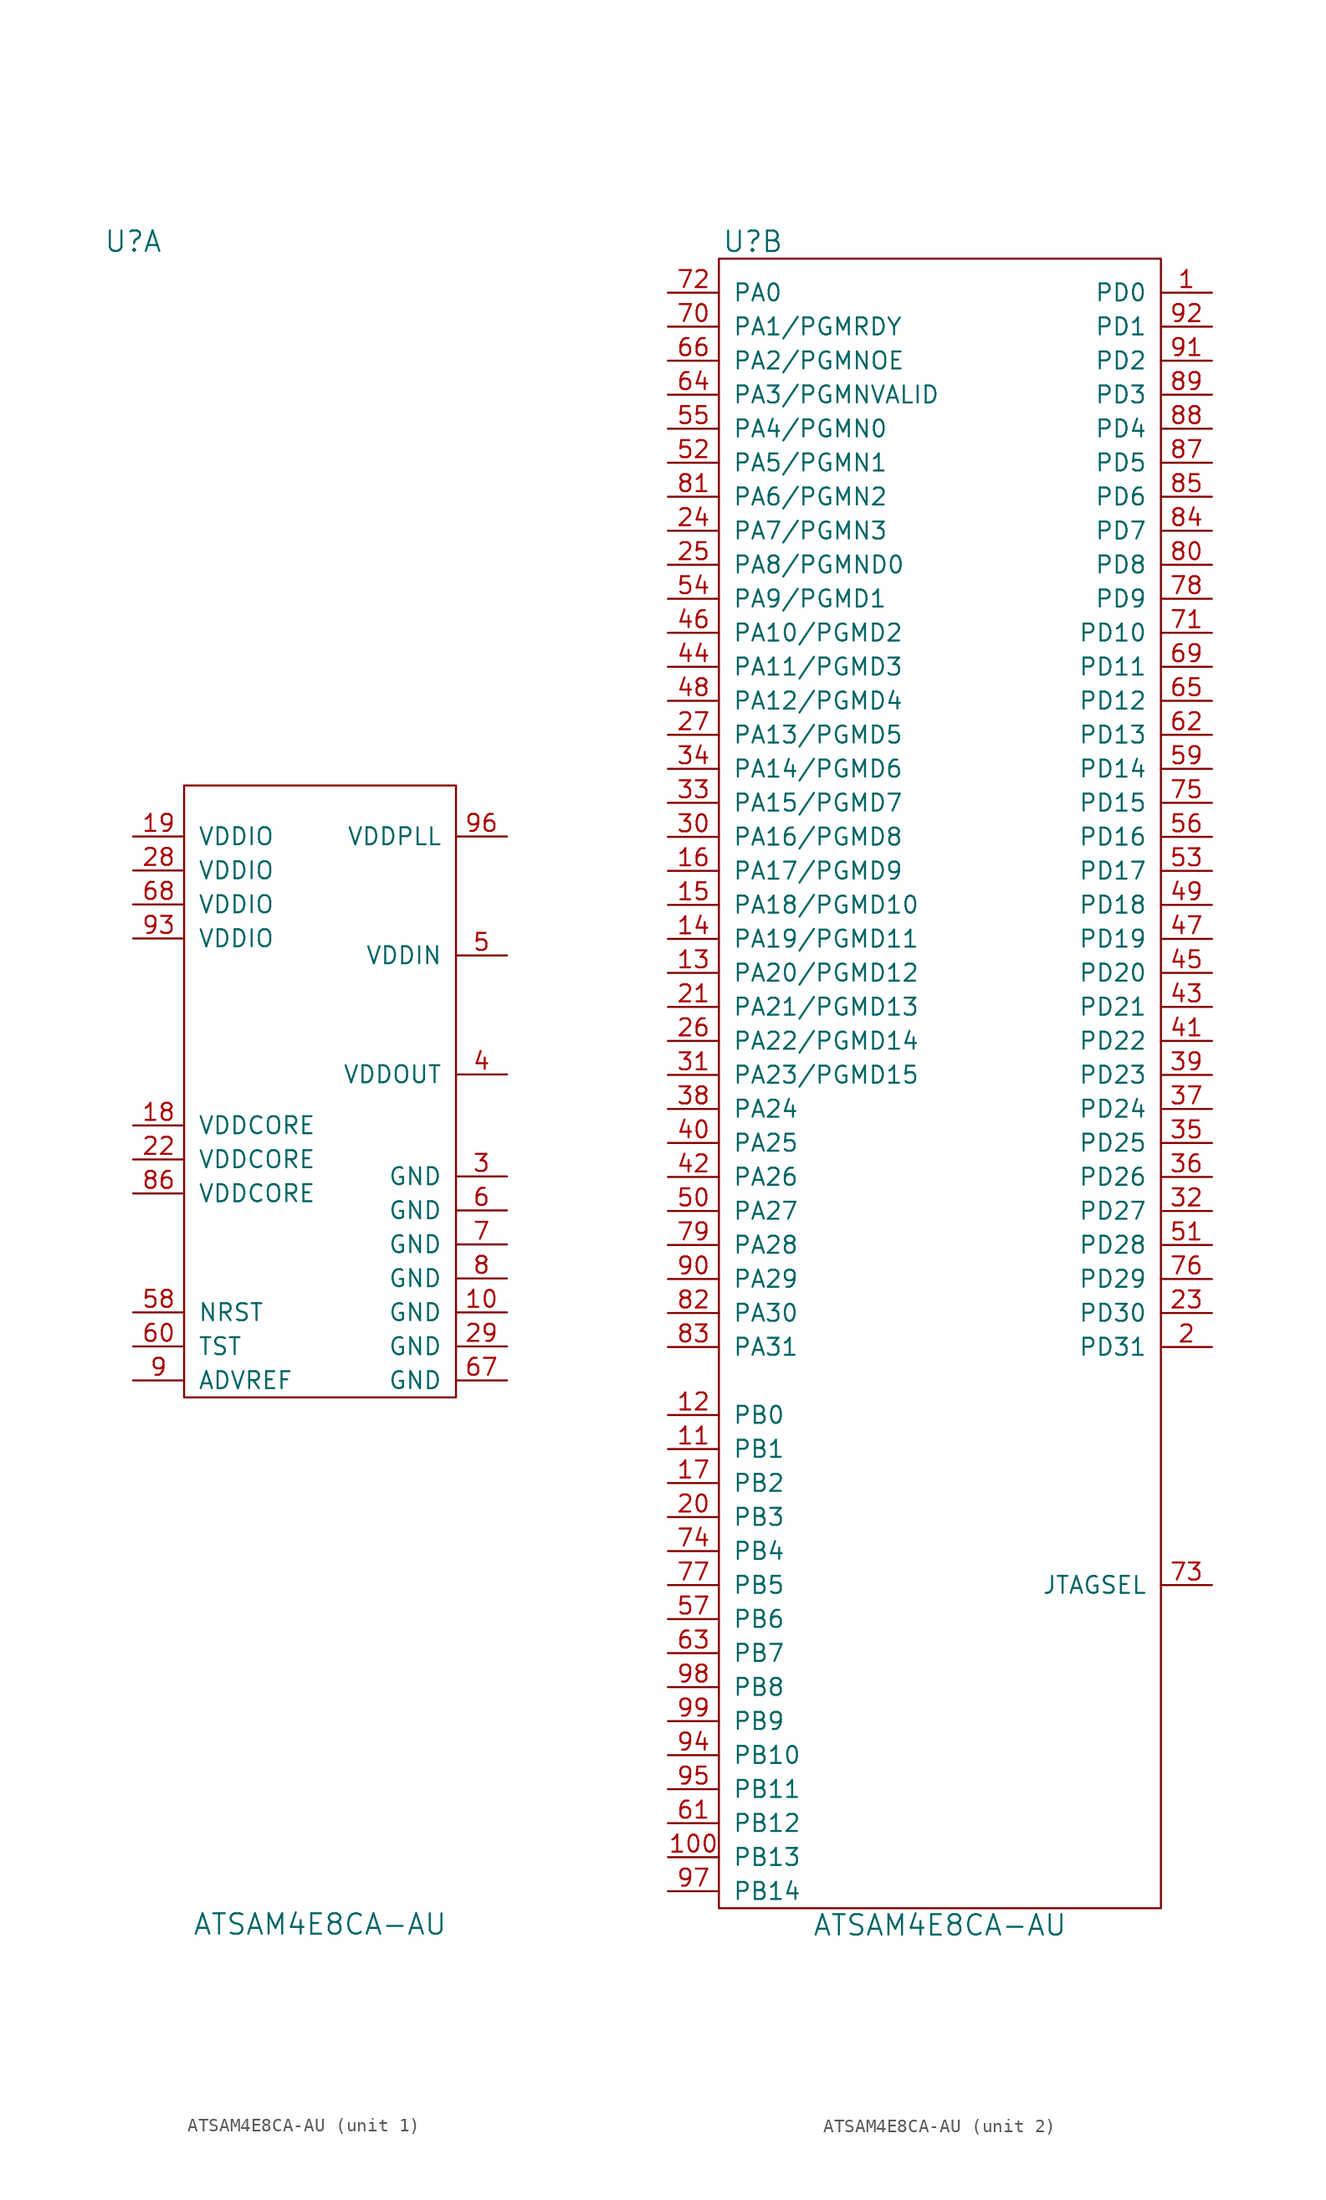
<source format=kicad_sym>
(kicad_symbol_lib
  (version 20211014)
  (generator kicad_symbol_editor)
  (symbol "ATSAM4E8CA-AU"
    (pin_names
      (offset 1.016))
    (property "Reference" "U"
      (at -13.97 63.5 0)
      (effects (font (size 1.524 1.524))))
    (property "Value" "ATSAM4E8CA-AU"
      (at 0 -62.23 0)
      (effects (font (size 1.524 1.524))))
    (property "Footprint" ""
      (at -16.51 17.78 0)
      (effects (font (size 1.524 1.524))))
    (property "Datasheet" ""
      (at -16.51 17.78 0)
      (effects (font (size 1.524 1.524))))
    (symbol "ATSAM4E8CA-AU_1_1"
      (rectangle (start -10.16 22.86) (end 10.16 -22.86) (stroke (width 0) (type default) (color 0 0 0 0)) (fill (type none)))
      (pin passive line (at 13.97 -16.51 180) (length 3.81) (name "GND" (effects (font (size 1.27 1.27)))) (number "10" (effects (font (size 1.27 1.27)))))
      (pin passive line (at -13.97 -2.54 0) (length 3.81) (name "VDDCORE" (effects (font (size 1.27 1.27)))) (number "18" (effects (font (size 1.27 1.27)))))
      (pin passive line (at -13.97 19.05 0) (length 3.81) (name "VDDIO" (effects (font (size 1.27 1.27)))) (number "19" (effects (font (size 1.27 1.27)))))
      (pin passive line (at -13.97 -5.08 0) (length 3.81) (name "VDDCORE" (effects (font (size 1.27 1.27)))) (number "22" (effects (font (size 1.27 1.27)))))
      (pin passive line (at -13.97 16.51 0) (length 3.81) (name "VDDIO" (effects (font (size 1.27 1.27)))) (number "28" (effects (font (size 1.27 1.27)))))
      (pin passive line (at 13.97 -19.05 180) (length 3.81) (name "GND" (effects (font (size 1.27 1.27)))) (number "29" (effects (font (size 1.27 1.27)))))
      (pin passive line (at 13.97 -6.35 180) (length 3.81) (name "GND" (effects (font (size 1.27 1.27)))) (number "3" (effects (font (size 1.27 1.27)))))
      (pin passive line (at 13.97 1.27 180) (length 3.81) (name "VDDOUT" (effects (font (size 1.27 1.27)))) (number "4" (effects (font (size 1.27 1.27)))))
      (pin passive line (at 13.97 10.16 180) (length 3.81) (name "VDDIN" (effects (font (size 1.27 1.27)))) (number "5" (effects (font (size 1.27 1.27)))))
      (pin passive line (at -13.97 -16.51 0) (length 3.81) (name "NRST" (effects (font (size 1.27 1.27)))) (number "58" (effects (font (size 1.27 1.27)))))
      (pin passive line (at 13.97 -8.89 180) (length 3.81) (name "GND" (effects (font (size 1.27 1.27)))) (number "6" (effects (font (size 1.27 1.27)))))
      (pin passive line (at -13.97 -19.05 0) (length 3.81) (name "TST" (effects (font (size 1.27 1.27)))) (number "60" (effects (font (size 1.27 1.27)))))
      (pin passive line (at 13.97 -21.59 180) (length 3.81) (name "GND" (effects (font (size 1.27 1.27)))) (number "67" (effects (font (size 1.27 1.27)))))
      (pin passive line (at -13.97 13.97 0) (length 3.81) (name "VDDIO" (effects (font (size 1.27 1.27)))) (number "68" (effects (font (size 1.27 1.27)))))
      (pin passive line (at 13.97 -11.43 180) (length 3.81) (name "GND" (effects (font (size 1.27 1.27)))) (number "7" (effects (font (size 1.27 1.27)))))
      (pin passive line (at 13.97 -13.97 180) (length 3.81) (name "GND" (effects (font (size 1.27 1.27)))) (number "8" (effects (font (size 1.27 1.27)))))
      (pin passive line (at -13.97 -7.62 0) (length 3.81) (name "VDDCORE" (effects (font (size 1.27 1.27)))) (number "86" (effects (font (size 1.27 1.27)))))
      (pin passive line (at -13.97 -21.59 0) (length 3.81) (name "ADVREF" (effects (font (size 1.27 1.27)))) (number "9" (effects (font (size 1.27 1.27)))))
      (pin passive line (at -13.97 11.43 0) (length 3.81) (name "VDDIO" (effects (font (size 1.27 1.27)))) (number "93" (effects (font (size 1.27 1.27)))))
      (pin passive line (at 13.97 19.05 180) (length 3.81) (name "VDDPLL" (effects (font (size 1.27 1.27)))) (number "96" (effects (font (size 1.27 1.27))))))
    (symbol "ATSAM4E8CA-AU_2_1"
      (rectangle (start -16.51 62.23) (end 16.51 -60.96) (stroke (width 0) (type default) (color 0 0 0 0)) (fill (type none)))
      (pin passive line (at 20.32 59.69 180) (length 3.81) (name "PD0" (effects (font (size 1.27 1.27)))) (number "1" (effects (font (size 1.27 1.27)))))
      (pin passive line (at -20.32 -57.15 0) (length 3.81) (name "PB13" (effects (font (size 1.27 1.27)))) (number "100" (effects (font (size 1.27 1.27)))))
      (pin passive line (at -20.32 -26.67 0) (length 3.81) (name "PB1" (effects (font (size 1.27 1.27)))) (number "11" (effects (font (size 1.27 1.27)))))
      (pin passive line (at -20.32 -24.13 0) (length 3.81) (name "PB0" (effects (font (size 1.27 1.27)))) (number "12" (effects (font (size 1.27 1.27)))))
      (pin passive line (at -20.32 8.89 0) (length 3.81) (name "PA20/PGMD12" (effects (font (size 1.27 1.27)))) (number "13" (effects (font (size 1.27 1.27)))))
      (pin passive line (at -20.32 11.43 0) (length 3.81) (name "PA19/PGMD11" (effects (font (size 1.27 1.27)))) (number "14" (effects (font (size 1.27 1.27)))))
      (pin passive line (at -20.32 13.97 0) (length 3.81) (name "PA18/PGMD10" (effects (font (size 1.27 1.27)))) (number "15" (effects (font (size 1.27 1.27)))))
      (pin passive line (at -20.32 16.51 0) (length 3.81) (name "PA17/PGMD9" (effects (font (size 1.27 1.27)))) (number "16" (effects (font (size 1.27 1.27)))))
      (pin passive line (at -20.32 -29.21 0) (length 3.81) (name "PB2" (effects (font (size 1.27 1.27)))) (number "17" (effects (font (size 1.27 1.27)))))
      (pin passive line (at 20.32 -19.05 180) (length 3.81) (name "PD31" (effects (font (size 1.27 1.27)))) (number "2" (effects (font (size 1.27 1.27)))))
      (pin passive line (at -20.32 -31.75 0) (length 3.81) (name "PB3" (effects (font (size 1.27 1.27)))) (number "20" (effects (font (size 1.27 1.27)))))
      (pin passive line (at -20.32 6.35 0) (length 3.81) (name "PA21/PGMD13" (effects (font (size 1.27 1.27)))) (number "21" (effects (font (size 1.27 1.27)))))
      (pin passive line (at 20.32 -16.51 180) (length 3.81) (name "PD30" (effects (font (size 1.27 1.27)))) (number "23" (effects (font (size 1.27 1.27)))))
      (pin passive line (at -20.32 41.91 0) (length 3.81) (name "PA7/PGMN3" (effects (font (size 1.27 1.27)))) (number "24" (effects (font (size 1.27 1.27)))))
      (pin passive line (at -20.32 39.37 0) (length 3.81) (name "PA8/PGMND0" (effects (font (size 1.27 1.27)))) (number "25" (effects (font (size 1.27 1.27)))))
      (pin passive line (at -20.32 3.81 0) (length 3.81) (name "PA22/PGMD14" (effects (font (size 1.27 1.27)))) (number "26" (effects (font (size 1.27 1.27)))))
      (pin passive line (at -20.32 26.67 0) (length 3.81) (name "PA13/PGMD5" (effects (font (size 1.27 1.27)))) (number "27" (effects (font (size 1.27 1.27)))))
      (pin passive line (at -20.32 19.05 0) (length 3.81) (name "PA16/PGMD8" (effects (font (size 1.27 1.27)))) (number "30" (effects (font (size 1.27 1.27)))))
      (pin passive line (at -20.32 1.27 0) (length 3.81) (name "PA23/PGMD15" (effects (font (size 1.27 1.27)))) (number "31" (effects (font (size 1.27 1.27)))))
      (pin passive line (at 20.32 -8.89 180) (length 3.81) (name "PD27" (effects (font (size 1.27 1.27)))) (number "32" (effects (font (size 1.27 1.27)))))
      (pin passive line (at -20.32 21.59 0) (length 3.81) (name "PA15/PGMD7" (effects (font (size 1.27 1.27)))) (number "33" (effects (font (size 1.27 1.27)))))
      (pin passive line (at -20.32 24.13 0) (length 3.81) (name "PA14/PGMD6" (effects (font (size 1.27 1.27)))) (number "34" (effects (font (size 1.27 1.27)))))
      (pin passive line (at 20.32 -3.81 180) (length 3.81) (name "PD25" (effects (font (size 1.27 1.27)))) (number "35" (effects (font (size 1.27 1.27)))))
      (pin passive line (at 20.32 -6.35 180) (length 3.81) (name "PD26" (effects (font (size 1.27 1.27)))) (number "36" (effects (font (size 1.27 1.27)))))
      (pin passive line (at 20.32 -1.27 180) (length 3.81) (name "PD24" (effects (font (size 1.27 1.27)))) (number "37" (effects (font (size 1.27 1.27)))))
      (pin passive line (at -20.32 -1.27 0) (length 3.81) (name "PA24" (effects (font (size 1.27 1.27)))) (number "38" (effects (font (size 1.27 1.27)))))
      (pin passive line (at 20.32 1.27 180) (length 3.81) (name "PD23" (effects (font (size 1.27 1.27)))) (number "39" (effects (font (size 1.27 1.27)))))
      (pin passive line (at -20.32 -3.81 0) (length 3.81) (name "PA25" (effects (font (size 1.27 1.27)))) (number "40" (effects (font (size 1.27 1.27)))))
      (pin passive line (at 20.32 3.81 180) (length 3.81) (name "PD22" (effects (font (size 1.27 1.27)))) (number "41" (effects (font (size 1.27 1.27)))))
      (pin passive line (at -20.32 -6.35 0) (length 3.81) (name "PA26" (effects (font (size 1.27 1.27)))) (number "42" (effects (font (size 1.27 1.27)))))
      (pin passive line (at 20.32 6.35 180) (length 3.81) (name "PD21" (effects (font (size 1.27 1.27)))) (number "43" (effects (font (size 1.27 1.27)))))
      (pin passive line (at -20.32 31.75 0) (length 3.81) (name "PA11/PGMD3" (effects (font (size 1.27 1.27)))) (number "44" (effects (font (size 1.27 1.27)))))
      (pin passive line (at 20.32 8.89 180) (length 3.81) (name "PD20" (effects (font (size 1.27 1.27)))) (number "45" (effects (font (size 1.27 1.27)))))
      (pin passive line (at -20.32 34.29 0) (length 3.81) (name "PA10/PGMD2" (effects (font (size 1.27 1.27)))) (number "46" (effects (font (size 1.27 1.27)))))
      (pin passive line (at 20.32 11.43 180) (length 3.81) (name "PD19" (effects (font (size 1.27 1.27)))) (number "47" (effects (font (size 1.27 1.27)))))
      (pin passive line (at -20.32 29.21 0) (length 3.81) (name "PA12/PGMD4" (effects (font (size 1.27 1.27)))) (number "48" (effects (font (size 1.27 1.27)))))
      (pin passive line (at 20.32 13.97 180) (length 3.81) (name "PD18" (effects (font (size 1.27 1.27)))) (number "49" (effects (font (size 1.27 1.27)))))
      (pin passive line (at -20.32 -8.89 0) (length 3.81) (name "PA27" (effects (font (size 1.27 1.27)))) (number "50" (effects (font (size 1.27 1.27)))))
      (pin passive line (at 20.32 -11.43 180) (length 3.81) (name "PD28" (effects (font (size 1.27 1.27)))) (number "51" (effects (font (size 1.27 1.27)))))
      (pin passive line (at -20.32 46.99 0) (length 3.81) (name "PA5/PGMN1" (effects (font (size 1.27 1.27)))) (number "52" (effects (font (size 1.27 1.27)))))
      (pin passive line (at 20.32 16.51 180) (length 3.81) (name "PD17" (effects (font (size 1.27 1.27)))) (number "53" (effects (font (size 1.27 1.27)))))
      (pin passive line (at -20.32 36.83 0) (length 3.81) (name "PA9/PGMD1" (effects (font (size 1.27 1.27)))) (number "54" (effects (font (size 1.27 1.27)))))
      (pin passive line (at -20.32 49.53 0) (length 3.81) (name "PA4/PGMN0" (effects (font (size 1.27 1.27)))) (number "55" (effects (font (size 1.27 1.27)))))
      (pin passive line (at 20.32 19.05 180) (length 3.81) (name "PD16" (effects (font (size 1.27 1.27)))) (number "56" (effects (font (size 1.27 1.27)))))
      (pin passive line (at -20.32 -39.37 0) (length 3.81) (name "PB6" (effects (font (size 1.27 1.27)))) (number "57" (effects (font (size 1.27 1.27)))))
      (pin passive line (at 20.32 24.13 180) (length 3.81) (name "PD14" (effects (font (size 1.27 1.27)))) (number "59" (effects (font (size 1.27 1.27)))))
      (pin passive line (at -20.32 -54.61 0) (length 3.81) (name "PB12" (effects (font (size 1.27 1.27)))) (number "61" (effects (font (size 1.27 1.27)))))
      (pin passive line (at 20.32 26.67 180) (length 3.81) (name "PD13" (effects (font (size 1.27 1.27)))) (number "62" (effects (font (size 1.27 1.27)))))
      (pin passive line (at -20.32 -41.91 0) (length 3.81) (name "PB7" (effects (font (size 1.27 1.27)))) (number "63" (effects (font (size 1.27 1.27)))))
      (pin passive line (at -20.32 52.07 0) (length 3.81) (name "PA3/PGMNVALID" (effects (font (size 1.27 1.27)))) (number "64" (effects (font (size 1.27 1.27)))))
      (pin passive line (at 20.32 29.21 180) (length 3.81) (name "PD12" (effects (font (size 1.27 1.27)))) (number "65" (effects (font (size 1.27 1.27)))))
      (pin passive line (at -20.32 54.61 0) (length 3.81) (name "PA2/PGMNOE" (effects (font (size 1.27 1.27)))) (number "66" (effects (font (size 1.27 1.27)))))
      (pin passive line (at 20.32 31.75 180) (length 3.81) (name "PD11" (effects (font (size 1.27 1.27)))) (number "69" (effects (font (size 1.27 1.27)))))
      (pin passive line (at -20.32 57.15 0) (length 3.81) (name "PA1/PGMRDY" (effects (font (size 1.27 1.27)))) (number "70" (effects (font (size 1.27 1.27)))))
      (pin passive line (at 20.32 34.29 180) (length 3.81) (name "PD10" (effects (font (size 1.27 1.27)))) (number "71" (effects (font (size 1.27 1.27)))))
      (pin passive line (at -20.32 59.69 0) (length 3.81) (name "PA0" (effects (font (size 1.27 1.27)))) (number "72" (effects (font (size 1.27 1.27)))))
      (pin passive line (at 20.32 -36.83 180) (length 3.81) (name "JTAGSEL" (effects (font (size 1.27 1.27)))) (number "73" (effects (font (size 1.27 1.27)))))
      (pin passive line (at -20.32 -34.29 0) (length 3.81) (name "PB4" (effects (font (size 1.27 1.27)))) (number "74" (effects (font (size 1.27 1.27)))))
      (pin passive line (at 20.32 21.59 180) (length 3.81) (name "PD15" (effects (font (size 1.27 1.27)))) (number "75" (effects (font (size 1.27 1.27)))))
      (pin passive line (at 20.32 -13.97 180) (length 3.81) (name "PD29" (effects (font (size 1.27 1.27)))) (number "76" (effects (font (size 1.27 1.27)))))
      (pin passive line (at -20.32 -36.83 0) (length 3.81) (name "PB5" (effects (font (size 1.27 1.27)))) (number "77" (effects (font (size 1.27 1.27)))))
      (pin passive line (at 20.32 36.83 180) (length 3.81) (name "PD9" (effects (font (size 1.27 1.27)))) (number "78" (effects (font (size 1.27 1.27)))))
      (pin passive line (at -20.32 -11.43 0) (length 3.81) (name "PA28" (effects (font (size 1.27 1.27)))) (number "79" (effects (font (size 1.27 1.27)))))
      (pin passive line (at 20.32 39.37 180) (length 3.81) (name "PD8" (effects (font (size 1.27 1.27)))) (number "80" (effects (font (size 1.27 1.27)))))
      (pin passive line (at -20.32 44.45 0) (length 3.81) (name "PA6/PGMN2" (effects (font (size 1.27 1.27)))) (number "81" (effects (font (size 1.27 1.27)))))
      (pin passive line (at -20.32 -16.51 0) (length 3.81) (name "PA30" (effects (font (size 1.27 1.27)))) (number "82" (effects (font (size 1.27 1.27)))))
      (pin passive line (at -20.32 -19.05 0) (length 3.81) (name "PA31" (effects (font (size 1.27 1.27)))) (number "83" (effects (font (size 1.27 1.27)))))
      (pin passive line (at 20.32 41.91 180) (length 3.81) (name "PD7" (effects (font (size 1.27 1.27)))) (number "84" (effects (font (size 1.27 1.27)))))
      (pin passive line (at 20.32 44.45 180) (length 3.81) (name "PD6" (effects (font (size 1.27 1.27)))) (number "85" (effects (font (size 1.27 1.27)))))
      (pin passive line (at 20.32 46.99 180) (length 3.81) (name "PD5" (effects (font (size 1.27 1.27)))) (number "87" (effects (font (size 1.27 1.27)))))
      (pin passive line (at 20.32 49.53 180) (length 3.81) (name "PD4" (effects (font (size 1.27 1.27)))) (number "88" (effects (font (size 1.27 1.27)))))
      (pin passive line (at 20.32 52.07 180) (length 3.81) (name "PD3" (effects (font (size 1.27 1.27)))) (number "89" (effects (font (size 1.27 1.27)))))
      (pin passive line (at -20.32 -13.97 0) (length 3.81) (name "PA29" (effects (font (size 1.27 1.27)))) (number "90" (effects (font (size 1.27 1.27)))))
      (pin passive line (at 20.32 54.61 180) (length 3.81) (name "PD2" (effects (font (size 1.27 1.27)))) (number "91" (effects (font (size 1.27 1.27)))))
      (pin passive line (at 20.32 57.15 180) (length 3.81) (name "PD1" (effects (font (size 1.27 1.27)))) (number "92" (effects (font (size 1.27 1.27)))))
      (pin passive line (at -20.32 -49.53 0) (length 3.81) (name "PB10" (effects (font (size 1.27 1.27)))) (number "94" (effects (font (size 1.27 1.27)))))
      (pin passive line (at -20.32 -52.07 0) (length 3.81) (name "PB11" (effects (font (size 1.27 1.27)))) (number "95" (effects (font (size 1.27 1.27)))))
      (pin passive line (at -20.32 -59.69 0) (length 3.81) (name "PB14" (effects (font (size 1.27 1.27)))) (number "97" (effects (font (size 1.27 1.27)))))
      (pin passive line (at -20.32 -44.45 0) (length 3.81) (name "PB8" (effects (font (size 1.27 1.27)))) (number "98" (effects (font (size 1.27 1.27)))))
      (pin passive line (at -20.32 -46.99 0) (length 3.81) (name "PB9" (effects (font (size 1.27 1.27)))) (number "99" (effects (font (size 1.27 1.27))))))))
</source>
